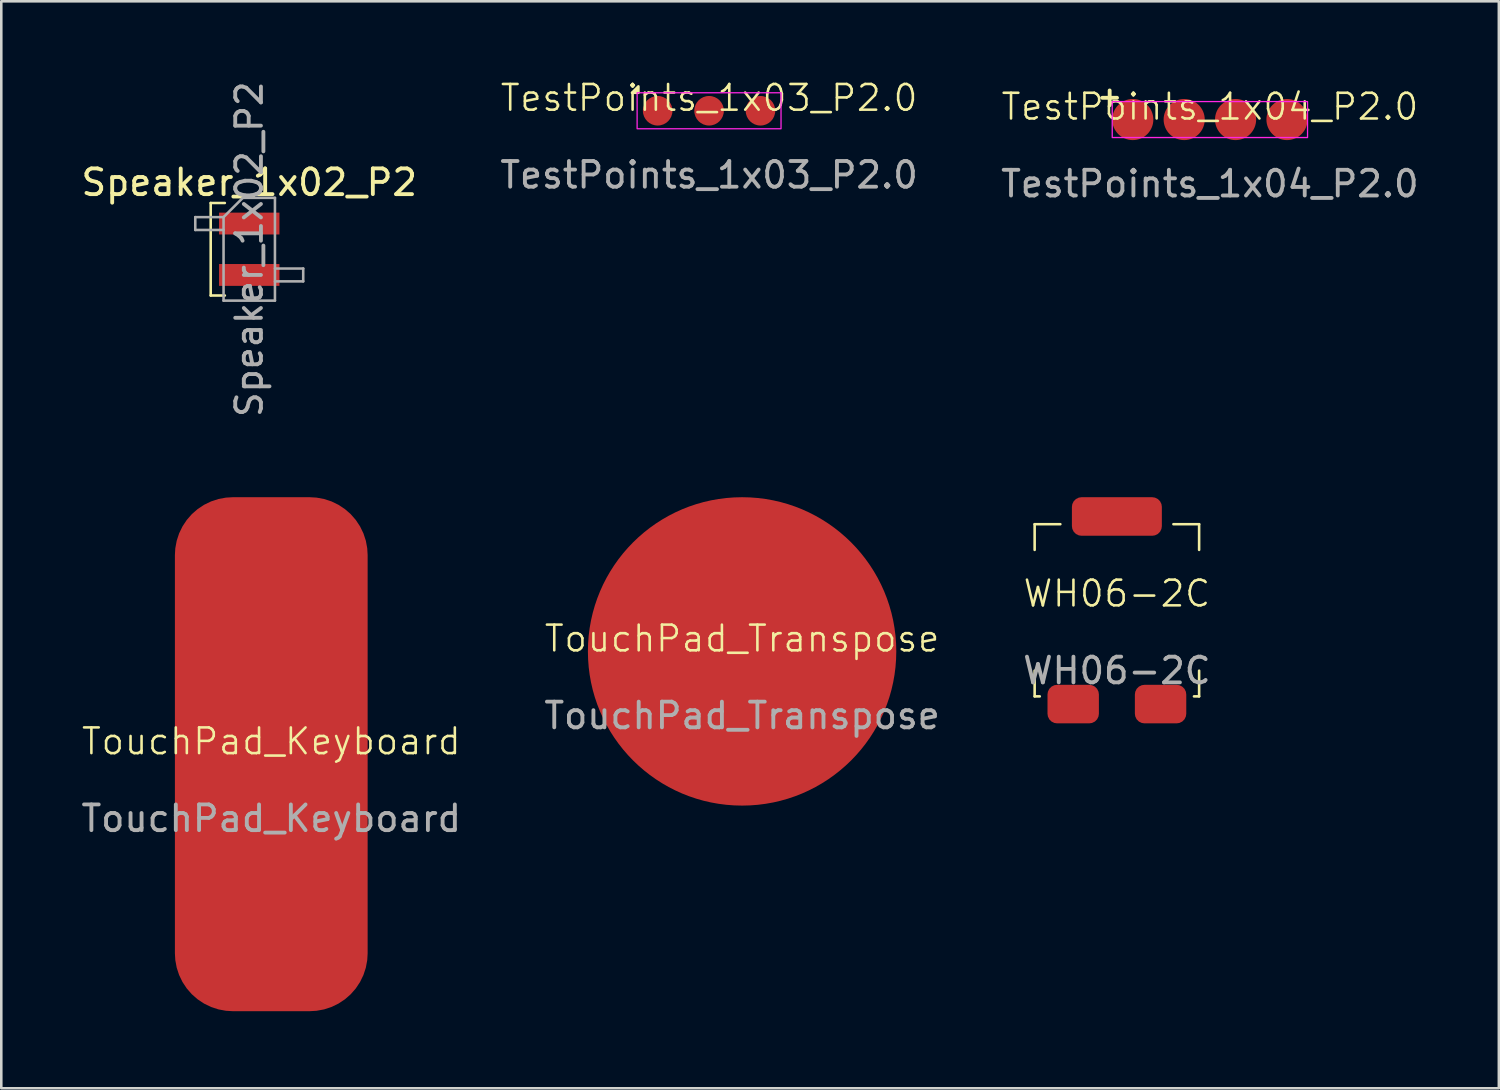
<source format=kicad_pcb>
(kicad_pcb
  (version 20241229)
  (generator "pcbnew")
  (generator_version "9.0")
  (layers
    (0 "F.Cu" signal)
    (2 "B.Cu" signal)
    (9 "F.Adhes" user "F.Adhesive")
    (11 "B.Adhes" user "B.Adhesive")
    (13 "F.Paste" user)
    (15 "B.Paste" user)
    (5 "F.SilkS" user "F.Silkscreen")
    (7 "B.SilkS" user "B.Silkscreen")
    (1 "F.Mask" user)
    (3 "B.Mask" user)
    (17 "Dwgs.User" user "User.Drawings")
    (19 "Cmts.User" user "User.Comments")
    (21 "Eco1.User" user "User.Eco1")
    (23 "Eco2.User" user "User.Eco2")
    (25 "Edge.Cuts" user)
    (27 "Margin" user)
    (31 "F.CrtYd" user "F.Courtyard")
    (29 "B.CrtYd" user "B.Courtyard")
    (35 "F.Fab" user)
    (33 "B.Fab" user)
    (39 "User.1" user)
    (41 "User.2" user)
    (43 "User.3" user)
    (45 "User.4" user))
  (footprint "WH06-2C"
    (layer "F.Cu")
    (at 40.411 20.548)
    (property "Reference" "WH06-2C" (at 0 -0.5 0) (unlocked yes) (layer "F.SilkS") (effects (font (size 1 1) (thickness 0.1))))
    (attr smd)
    (fp_line (start -3.2 -3.2) (end -3.2 -2.2) (stroke (width 0.1) (type default)) (layer "F.SilkS"))
    (fp_line (start -3.2 -3.2) (end -2.2 -3.2) (stroke (width 0.1) (type default)) (layer "F.SilkS"))
    (fp_line (start -3.2 3.5) (end -3.2 2.5) (stroke (width 0.1) (type default)) (layer "F.SilkS"))
    (fp_line (start -3.2 3.5) (end -3 3.5) (stroke (width 0.1) (type default)) (layer "F.SilkS"))
    (fp_line (start 3.2 -3.2) (end 2.2 -3.2) (stroke (width 0.1) (type default)) (layer "F.SilkS"))
    (fp_line (start 3.2 -3.2) (end 3.2 -2.2) (stroke (width 0.1) (type default)) (layer "F.SilkS"))
    (fp_line (start 3.2 3.5) (end 3 3.5) (stroke (width 0.1) (type default)) (layer "F.SilkS"))
    (fp_line (start 3.2 3.5) (end 3.2 2.5) (stroke (width 0.1) (type default)) (layer "F.SilkS"))
    (fp_text user "${REFERENCE}" (at 0 2.5 0) (unlocked yes) (layer "F.Fab") (effects (font (size 1 1) (thickness 0.15))))
    (pad "1" smd roundrect (at 0 -3.5) (size 3.5 1.5) (layers "F.Cu" "F.Mask" "F.Paste") (roundrect_rratio 0.25))
    (pad "2" smd roundrect (at -1.7 3.8) (size 2 1.5) (layers "F.Cu" "F.Mask" "F.Paste") (roundrect_rratio 0.25))
    (pad "3" smd roundrect (at 1.7 3.8) (size 2 1.5) (layers "F.Cu" "F.Mask" "F.Paste") (roundrect_rratio 0.25)))
  (footprint "TestPoints_1x03_P2.0"
    (layer "F.Cu")
    (at 24.542 1.26)
    (property "Reference" "TestPoints_1x03_P2.0" (at 0 -0.5 0) (unlocked yes) (layer "F.SilkS") (effects (font (size 1 1) (thickness 0.1))))
    (attr smd)
    (fp_poly (pts (xy -3 -0.7) (xy -2.75 -0.7) (xy -2.75 -0.95)) (stroke (width 0.1) (type solid)) (fill yes) (layer "F.SilkS"))
    (fp_rect (start -2.8 -0.7) (end 2.8 0.7) (stroke (width 0.05) (type default)) (fill no) (layer "F.CrtYd"))
    (fp_text user "${REFERENCE}" (at 0 2.5 0) (unlocked yes) (layer "F.Fab") (effects (font (size 1 1) (thickness 0.15))))
    (pad "1" smd circle (at -2 0) (size 1.15 1.15) (layers "F.Cu" "F.Mask" "F.Paste"))
    (pad "2" smd circle (at 0 0) (size 1.15 1.15) (layers "F.Cu" "F.Mask" "F.Paste"))
    (pad "3" smd circle (at 2 0) (size 1.15 1.15) (layers "F.Cu" "F.Mask" "F.Paste")))
  (footprint "Speaker_1x02_P2"
    (layer "F.Cu")
    (at 6.649 6.649)
    (property "Reference" "Speaker_1x02_P2" (at 0 -2.6 0) (layer "F.SilkS") (effects (font (size 1 1) (thickness 0.15))))
    (attr smd)
    (fp_line (start -1.5 -1.8) (end -1.5 1.8) (stroke (width 0.1) (type default)) (layer "F.SilkS"))
    (fp_line (start -1.5 1.8) (end -0.95 1.8) (stroke (width 0.1) (type default)) (layer "F.SilkS"))
    (fp_line (start -0.95 -1.8) (end -1.5 -1.8) (stroke (width 0.1) (type default)) (layer "F.SilkS"))
    (fp_line (start -2.1 -1.25) (end -2.1 -0.75) (stroke (width 0.1) (type solid)) (layer "F.Fab"))
    (fp_line (start -2.1 -0.75) (end -1 -0.75) (stroke (width 0.1) (type solid)) (layer "F.Fab"))
    (fp_line (start -1 -1.25) (end -2.1 -1.25) (stroke (width 0.1) (type solid)) (layer "F.Fab"))
    (fp_line (start -1 -1.25) (end -0.25 -2) (stroke (width 0.1) (type solid)) (layer "F.Fab"))
    (fp_line (start -1 2) (end -1 -1.25) (stroke (width 0.1) (type solid)) (layer "F.Fab"))
    (fp_line (start -0.25 -2) (end 1 -2) (stroke (width 0.1) (type solid)) (layer "F.Fab"))
    (fp_line (start 1 -2) (end 1 2) (stroke (width 0.1) (type solid)) (layer "F.Fab"))
    (fp_line (start 1 0.75) (end 2.1 0.75) (stroke (width 0.1) (type solid)) (layer "F.Fab"))
    (fp_line (start 1 2) (end -1 2) (stroke (width 0.1) (type solid)) (layer "F.Fab"))
    (fp_line (start 2.1 0.75) (end 2.1 1.25) (stroke (width 0.1) (type solid)) (layer "F.Fab"))
    (fp_line (start 2.1 1.25) (end 1 1.25) (stroke (width 0.1) (type solid)) (layer "F.Fab"))
    (fp_text user "${REFERENCE}" (at 0 0 90) (layer "F.Fab") (effects (font (size 1 1) (thickness 0.15))))
    (pad "1" smd rect (at 0 -1) (size 2.35 0.85) (layers "F.Cu" "F.Mask" "F.Paste"))
    (pad "2" smd rect (at 0 1) (size 2.35 0.85) (layers "F.Cu" "F.Mask" "F.Paste")))
  (footprint "TouchPad_Transpose"
    (layer "F.Cu")
    (at 25.827 22.298)
    (property "Reference" "TouchPad_Transpose" (at 0 -0.5 0) (unlocked yes) (layer "F.SilkS") (effects (font (size 1 1) (thickness 0.1))))
    (attr smd)
    (fp_text user "${REFERENCE}" (at 0 2.5 0) (unlocked yes) (layer "F.Fab") (effects (font (size 1 1) (thickness 0.15))))
    (pad "1" smd circle (at 0 0) (size 12 12) (layers "F.Cu" "F.Mask")))
  (footprint "TouchPad_Keyboard"
    (layer "F.Cu")
    (at 7.506 26.298)
    (property "Reference" "TouchPad_Keyboard" (at 0 -0.5 0) (unlocked yes) (layer "F.SilkS") (effects (font (size 1 1) (thickness 0.1))))
    (attr smd)
    (fp_text user "${REFERENCE}" (at 0 2.5 0) (unlocked yes) (layer "F.Fab") (effects (font (size 1 1) (thickness 0.15))))
    (pad "1" smd roundrect (at 0 0) (size 7.5 20) (layers "F.Cu" "F.Mask" "F.Paste") (roundrect_rratio 0.3)))
  (footprint "TestPoints_1x04_P2.0"
    (layer "F.Cu")
    (at 44.03 1.602)
    (property "Reference" "TestPoints_1x04_P2.0" (at 0 -0.5 0) (unlocked yes) (layer "F.SilkS") (effects (font (size 1 1) (thickness 0.1))))
    (attr smd)
    (fp_rect (start -3.8 -0.7) (end 3.8 0.7) (stroke (width 0.05) (type default)) (fill no) (layer "F.CrtYd"))
    (fp_text user "+" (at -3.9 -0.9 0) (unlocked yes) (layer "F.SilkS") (effects (font (size 0.75 0.75) (thickness 0.15))))
    (fp_text user "${REFERENCE}" (at 0 2.5 0) (unlocked yes) (layer "F.Fab") (effects (font (size 1 1) (thickness 0.15))))
    (pad "1" smd circle (at -3 0) (size 1.6 1.6) (layers "F.Cu" "F.Mask" "F.Paste"))
    (pad "2" smd circle (at -1 0) (size 1.6 1.6) (layers "F.Cu" "F.Mask" "F.Paste"))
    (pad "3" smd circle (at 1 0) (size 1.6 1.6) (layers "F.Cu" "F.Mask" "F.Paste"))
    (pad "4" smd circle (at 3 0) (size 1.6 1.6) (layers "F.Cu" "F.Mask" "F.Paste")))
  (gr_rect
    (start -3 -3)
    (end 55.274 39.298)
    (stroke (width 0.1) (type default))
    (fill no)
    (layer "Edge.Cuts")))
</source>
